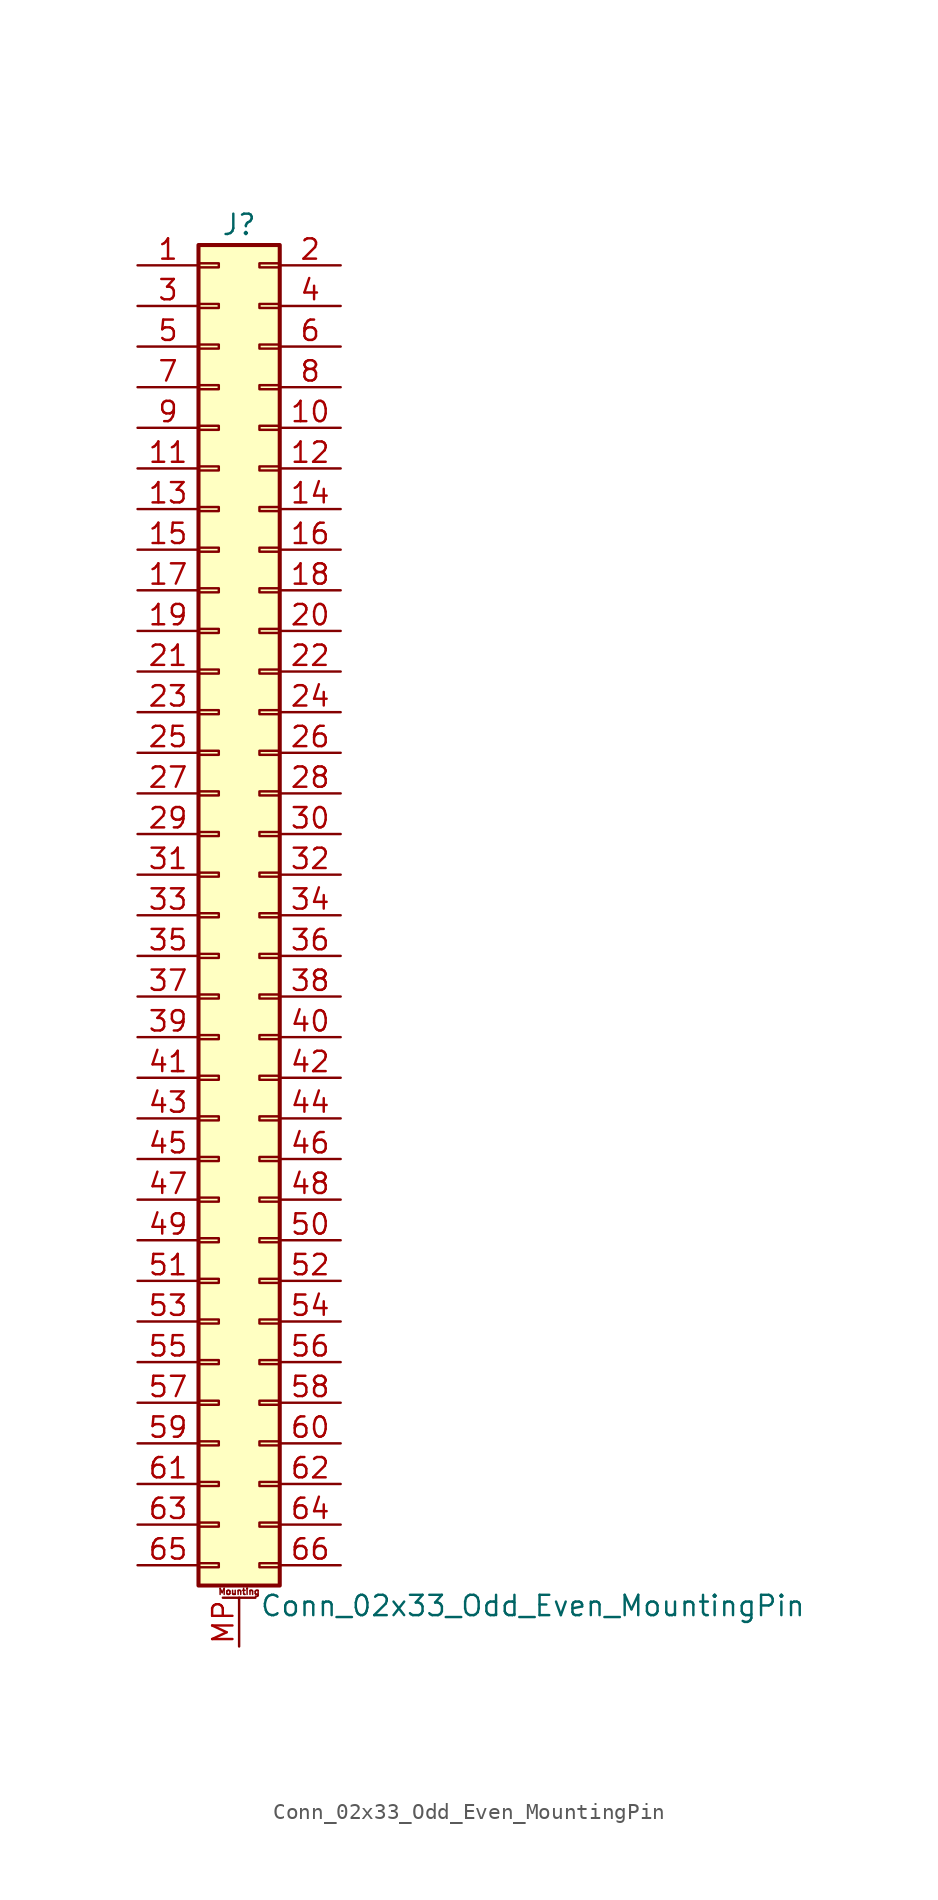
<source format=kicad_sym>
(kicad_symbol_lib
  (version 20220914)
  (generator kicad_symbol_editor)
  (symbol "Conn_02x33_Odd_Even_MountingPin"
    (pin_names
      (offset 1.016) hide)
    (property "Reference" "J"
      (at 1.27 43.18 0)
      (effects (font (size 1.27 1.27))))
    (property "Value" "Conn_02x33_Odd_Even_MountingPin"
      (at 2.54 -43.18 0)
      (effects (font (size 1.27 1.27)) (justify left)))
    (symbol "Conn_02x33_Odd_Even_MountingPin_1_1"
      (rectangle (start -1.27 -40.513) (end 0 -40.767) (stroke (width 0.152) (type default)) (fill (type none)))
      (rectangle (start -1.27 -37.973) (end 0 -38.227) (stroke (width 0.152) (type default)) (fill (type none)))
      (rectangle (start -1.27 -35.433) (end 0 -35.687) (stroke (width 0.152) (type default)) (fill (type none)))
      (rectangle (start -1.27 -32.893) (end 0 -33.147) (stroke (width 0.152) (type default)) (fill (type none)))
      (rectangle (start -1.27 -30.353) (end 0 -30.607) (stroke (width 0.152) (type default)) (fill (type none)))
      (rectangle (start -1.27 -27.813) (end 0 -28.067) (stroke (width 0.152) (type default)) (fill (type none)))
      (rectangle (start -1.27 -25.273) (end 0 -25.527) (stroke (width 0.152) (type default)) (fill (type none)))
      (rectangle (start -1.27 -22.733) (end 0 -22.987) (stroke (width 0.152) (type default)) (fill (type none)))
      (rectangle (start -1.27 -20.193) (end 0 -20.447) (stroke (width 0.152) (type default)) (fill (type none)))
      (rectangle (start -1.27 -17.653) (end 0 -17.907) (stroke (width 0.152) (type default)) (fill (type none)))
      (rectangle (start -1.27 -15.113) (end 0 -15.367) (stroke (width 0.152) (type default)) (fill (type none)))
      (rectangle (start -1.27 -12.573) (end 0 -12.827) (stroke (width 0.152) (type default)) (fill (type none)))
      (rectangle (start -1.27 -10.033) (end 0 -10.287) (stroke (width 0.152) (type default)) (fill (type none)))
      (rectangle (start -1.27 -7.493) (end 0 -7.747) (stroke (width 0.152) (type default)) (fill (type none)))
      (rectangle (start -1.27 -4.953) (end 0 -5.207) (stroke (width 0.152) (type default)) (fill (type none)))
      (rectangle (start -1.27 -2.413) (end 0 -2.667) (stroke (width 0.152) (type default)) (fill (type none)))
      (rectangle (start -1.27 0.127) (end 0 -0.127) (stroke (width 0.152) (type default)) (fill (type none)))
      (rectangle (start -1.27 2.667) (end 0 2.413) (stroke (width 0.152) (type default)) (fill (type none)))
      (rectangle (start -1.27 5.207) (end 0 4.953) (stroke (width 0.152) (type default)) (fill (type none)))
      (rectangle (start -1.27 7.747) (end 0 7.493) (stroke (width 0.152) (type default)) (fill (type none)))
      (rectangle (start -1.27 10.287) (end 0 10.033) (stroke (width 0.152) (type default)) (fill (type none)))
      (rectangle (start -1.27 12.827) (end 0 12.573) (stroke (width 0.152) (type default)) (fill (type none)))
      (rectangle (start -1.27 15.367) (end 0 15.113) (stroke (width 0.152) (type default)) (fill (type none)))
      (rectangle (start -1.27 17.907) (end 0 17.653) (stroke (width 0.152) (type default)) (fill (type none)))
      (rectangle (start -1.27 20.447) (end 0 20.193) (stroke (width 0.152) (type default)) (fill (type none)))
      (rectangle (start -1.27 22.987) (end 0 22.733) (stroke (width 0.152) (type default)) (fill (type none)))
      (rectangle (start -1.27 25.527) (end 0 25.273) (stroke (width 0.152) (type default)) (fill (type none)))
      (rectangle (start -1.27 28.067) (end 0 27.813) (stroke (width 0.152) (type default)) (fill (type none)))
      (rectangle (start -1.27 30.607) (end 0 30.353) (stroke (width 0.152) (type default)) (fill (type none)))
      (rectangle (start -1.27 33.147) (end 0 32.893) (stroke (width 0.152) (type default)) (fill (type none)))
      (rectangle (start -1.27 35.687) (end 0 35.433) (stroke (width 0.152) (type default)) (fill (type none)))
      (rectangle (start -1.27 38.227) (end 0 37.973) (stroke (width 0.152) (type default)) (fill (type none)))
      (rectangle (start -1.27 40.767) (end 0 40.513) (stroke (width 0.152) (type default)) (fill (type none)))
      (rectangle (start -1.27 41.91) (end 3.81 -41.91) (stroke (width 0.254) (type default)) (fill (type background)))
      (polyline (pts (xy 0.254 -42.672) (xy 2.286 -42.672)) (stroke (width 0.152) (type default)) (fill (type none)))
      (rectangle (start 3.81 -40.513) (end 2.54 -40.767) (stroke (width 0.152) (type default)) (fill (type none)))
      (rectangle (start 3.81 -37.973) (end 2.54 -38.227) (stroke (width 0.152) (type default)) (fill (type none)))
      (rectangle (start 3.81 -35.433) (end 2.54 -35.687) (stroke (width 0.152) (type default)) (fill (type none)))
      (rectangle (start 3.81 -32.893) (end 2.54 -33.147) (stroke (width 0.152) (type default)) (fill (type none)))
      (rectangle (start 3.81 -30.353) (end 2.54 -30.607) (stroke (width 0.152) (type default)) (fill (type none)))
      (rectangle (start 3.81 -27.813) (end 2.54 -28.067) (stroke (width 0.152) (type default)) (fill (type none)))
      (rectangle (start 3.81 -25.273) (end 2.54 -25.527) (stroke (width 0.152) (type default)) (fill (type none)))
      (rectangle (start 3.81 -22.733) (end 2.54 -22.987) (stroke (width 0.152) (type default)) (fill (type none)))
      (rectangle (start 3.81 -20.193) (end 2.54 -20.447) (stroke (width 0.152) (type default)) (fill (type none)))
      (rectangle (start 3.81 -17.653) (end 2.54 -17.907) (stroke (width 0.152) (type default)) (fill (type none)))
      (rectangle (start 3.81 -15.113) (end 2.54 -15.367) (stroke (width 0.152) (type default)) (fill (type none)))
      (rectangle (start 3.81 -12.573) (end 2.54 -12.827) (stroke (width 0.152) (type default)) (fill (type none)))
      (rectangle (start 3.81 -10.033) (end 2.54 -10.287) (stroke (width 0.152) (type default)) (fill (type none)))
      (rectangle (start 3.81 -7.493) (end 2.54 -7.747) (stroke (width 0.152) (type default)) (fill (type none)))
      (rectangle (start 3.81 -4.953) (end 2.54 -5.207) (stroke (width 0.152) (type default)) (fill (type none)))
      (rectangle (start 3.81 -2.413) (end 2.54 -2.667) (stroke (width 0.152) (type default)) (fill (type none)))
      (rectangle (start 3.81 0.127) (end 2.54 -0.127) (stroke (width 0.152) (type default)) (fill (type none)))
      (rectangle (start 3.81 2.667) (end 2.54 2.413) (stroke (width 0.152) (type default)) (fill (type none)))
      (rectangle (start 3.81 5.207) (end 2.54 4.953) (stroke (width 0.152) (type default)) (fill (type none)))
      (rectangle (start 3.81 7.747) (end 2.54 7.493) (stroke (width 0.152) (type default)) (fill (type none)))
      (rectangle (start 3.81 10.287) (end 2.54 10.033) (stroke (width 0.152) (type default)) (fill (type none)))
      (rectangle (start 3.81 12.827) (end 2.54 12.573) (stroke (width 0.152) (type default)) (fill (type none)))
      (rectangle (start 3.81 15.367) (end 2.54 15.113) (stroke (width 0.152) (type default)) (fill (type none)))
      (rectangle (start 3.81 17.907) (end 2.54 17.653) (stroke (width 0.152) (type default)) (fill (type none)))
      (rectangle (start 3.81 20.447) (end 2.54 20.193) (stroke (width 0.152) (type default)) (fill (type none)))
      (rectangle (start 3.81 22.987) (end 2.54 22.733) (stroke (width 0.152) (type default)) (fill (type none)))
      (rectangle (start 3.81 25.527) (end 2.54 25.273) (stroke (width 0.152) (type default)) (fill (type none)))
      (rectangle (start 3.81 28.067) (end 2.54 27.813) (stroke (width 0.152) (type default)) (fill (type none)))
      (rectangle (start 3.81 30.607) (end 2.54 30.353) (stroke (width 0.152) (type default)) (fill (type none)))
      (rectangle (start 3.81 33.147) (end 2.54 32.893) (stroke (width 0.152) (type default)) (fill (type none)))
      (rectangle (start 3.81 35.687) (end 2.54 35.433) (stroke (width 0.152) (type default)) (fill (type none)))
      (rectangle (start 3.81 38.227) (end 2.54 37.973) (stroke (width 0.152) (type default)) (fill (type none)))
      (rectangle (start 3.81 40.767) (end 2.54 40.513) (stroke (width 0.152) (type default)) (fill (type none)))
      (text "Mounting" (at 1.27 -42.291 0) (effects (font (size 0.381 0.381))))
      (pin passive line (at -5.08 40.64 0) (length 3.81) (name "Pin_1" (effects (font (size 1.27 1.27)))) (number "1" (effects (font (size 1.27 1.27)))))
      (pin passive line (at 7.62 30.48 180) (length 3.81) (name "Pin_10" (effects (font (size 1.27 1.27)))) (number "10" (effects (font (size 1.27 1.27)))))
      (pin passive line (at -5.08 27.94 0) (length 3.81) (name "Pin_11" (effects (font (size 1.27 1.27)))) (number "11" (effects (font (size 1.27 1.27)))))
      (pin passive line (at 7.62 27.94 180) (length 3.81) (name "Pin_12" (effects (font (size 1.27 1.27)))) (number "12" (effects (font (size 1.27 1.27)))))
      (pin passive line (at -5.08 25.4 0) (length 3.81) (name "Pin_13" (effects (font (size 1.27 1.27)))) (number "13" (effects (font (size 1.27 1.27)))))
      (pin passive line (at 7.62 25.4 180) (length 3.81) (name "Pin_14" (effects (font (size 1.27 1.27)))) (number "14" (effects (font (size 1.27 1.27)))))
      (pin passive line (at -5.08 22.86 0) (length 3.81) (name "Pin_15" (effects (font (size 1.27 1.27)))) (number "15" (effects (font (size 1.27 1.27)))))
      (pin passive line (at 7.62 22.86 180) (length 3.81) (name "Pin_16" (effects (font (size 1.27 1.27)))) (number "16" (effects (font (size 1.27 1.27)))))
      (pin passive line (at -5.08 20.32 0) (length 3.81) (name "Pin_17" (effects (font (size 1.27 1.27)))) (number "17" (effects (font (size 1.27 1.27)))))
      (pin passive line (at 7.62 20.32 180) (length 3.81) (name "Pin_18" (effects (font (size 1.27 1.27)))) (number "18" (effects (font (size 1.27 1.27)))))
      (pin passive line (at -5.08 17.78 0) (length 3.81) (name "Pin_19" (effects (font (size 1.27 1.27)))) (number "19" (effects (font (size 1.27 1.27)))))
      (pin passive line (at 7.62 40.64 180) (length 3.81) (name "Pin_2" (effects (font (size 1.27 1.27)))) (number "2" (effects (font (size 1.27 1.27)))))
      (pin passive line (at 7.62 17.78 180) (length 3.81) (name "Pin_20" (effects (font (size 1.27 1.27)))) (number "20" (effects (font (size 1.27 1.27)))))
      (pin passive line (at -5.08 15.24 0) (length 3.81) (name "Pin_21" (effects (font (size 1.27 1.27)))) (number "21" (effects (font (size 1.27 1.27)))))
      (pin passive line (at 7.62 15.24 180) (length 3.81) (name "Pin_22" (effects (font (size 1.27 1.27)))) (number "22" (effects (font (size 1.27 1.27)))))
      (pin passive line (at -5.08 12.7 0) (length 3.81) (name "Pin_23" (effects (font (size 1.27 1.27)))) (number "23" (effects (font (size 1.27 1.27)))))
      (pin passive line (at 7.62 12.7 180) (length 3.81) (name "Pin_24" (effects (font (size 1.27 1.27)))) (number "24" (effects (font (size 1.27 1.27)))))
      (pin passive line (at -5.08 10.16 0) (length 3.81) (name "Pin_25" (effects (font (size 1.27 1.27)))) (number "25" (effects (font (size 1.27 1.27)))))
      (pin passive line (at 7.62 10.16 180) (length 3.81) (name "Pin_26" (effects (font (size 1.27 1.27)))) (number "26" (effects (font (size 1.27 1.27)))))
      (pin passive line (at -5.08 7.62 0) (length 3.81) (name "Pin_27" (effects (font (size 1.27 1.27)))) (number "27" (effects (font (size 1.27 1.27)))))
      (pin passive line (at 7.62 7.62 180) (length 3.81) (name "Pin_28" (effects (font (size 1.27 1.27)))) (number "28" (effects (font (size 1.27 1.27)))))
      (pin passive line (at -5.08 5.08 0) (length 3.81) (name "Pin_29" (effects (font (size 1.27 1.27)))) (number "29" (effects (font (size 1.27 1.27)))))
      (pin passive line (at -5.08 38.1 0) (length 3.81) (name "Pin_3" (effects (font (size 1.27 1.27)))) (number "3" (effects (font (size 1.27 1.27)))))
      (pin passive line (at 7.62 5.08 180) (length 3.81) (name "Pin_30" (effects (font (size 1.27 1.27)))) (number "30" (effects (font (size 1.27 1.27)))))
      (pin passive line (at -5.08 2.54 0) (length 3.81) (name "Pin_31" (effects (font (size 1.27 1.27)))) (number "31" (effects (font (size 1.27 1.27)))))
      (pin passive line (at 7.62 2.54 180) (length 3.81) (name "Pin_32" (effects (font (size 1.27 1.27)))) (number "32" (effects (font (size 1.27 1.27)))))
      (pin passive line (at -5.08 0 0) (length 3.81) (name "Pin_33" (effects (font (size 1.27 1.27)))) (number "33" (effects (font (size 1.27 1.27)))))
      (pin passive line (at 7.62 0 180) (length 3.81) (name "Pin_34" (effects (font (size 1.27 1.27)))) (number "34" (effects (font (size 1.27 1.27)))))
      (pin passive line (at -5.08 -2.54 0) (length 3.81) (name "Pin_35" (effects (font (size 1.27 1.27)))) (number "35" (effects (font (size 1.27 1.27)))))
      (pin passive line (at 7.62 -2.54 180) (length 3.81) (name "Pin_36" (effects (font (size 1.27 1.27)))) (number "36" (effects (font (size 1.27 1.27)))))
      (pin passive line (at -5.08 -5.08 0) (length 3.81) (name "Pin_37" (effects (font (size 1.27 1.27)))) (number "37" (effects (font (size 1.27 1.27)))))
      (pin passive line (at 7.62 -5.08 180) (length 3.81) (name "Pin_38" (effects (font (size 1.27 1.27)))) (number "38" (effects (font (size 1.27 1.27)))))
      (pin passive line (at -5.08 -7.62 0) (length 3.81) (name "Pin_39" (effects (font (size 1.27 1.27)))) (number "39" (effects (font (size 1.27 1.27)))))
      (pin passive line (at 7.62 38.1 180) (length 3.81) (name "Pin_4" (effects (font (size 1.27 1.27)))) (number "4" (effects (font (size 1.27 1.27)))))
      (pin passive line (at 7.62 -7.62 180) (length 3.81) (name "Pin_40" (effects (font (size 1.27 1.27)))) (number "40" (effects (font (size 1.27 1.27)))))
      (pin passive line (at -5.08 -10.16 0) (length 3.81) (name "Pin_41" (effects (font (size 1.27 1.27)))) (number "41" (effects (font (size 1.27 1.27)))))
      (pin passive line (at 7.62 -10.16 180) (length 3.81) (name "Pin_42" (effects (font (size 1.27 1.27)))) (number "42" (effects (font (size 1.27 1.27)))))
      (pin passive line (at -5.08 -12.7 0) (length 3.81) (name "Pin_43" (effects (font (size 1.27 1.27)))) (number "43" (effects (font (size 1.27 1.27)))))
      (pin passive line (at 7.62 -12.7 180) (length 3.81) (name "Pin_44" (effects (font (size 1.27 1.27)))) (number "44" (effects (font (size 1.27 1.27)))))
      (pin passive line (at -5.08 -15.24 0) (length 3.81) (name "Pin_45" (effects (font (size 1.27 1.27)))) (number "45" (effects (font (size 1.27 1.27)))))
      (pin passive line (at 7.62 -15.24 180) (length 3.81) (name "Pin_46" (effects (font (size 1.27 1.27)))) (number "46" (effects (font (size 1.27 1.27)))))
      (pin passive line (at -5.08 -17.78 0) (length 3.81) (name "Pin_47" (effects (font (size 1.27 1.27)))) (number "47" (effects (font (size 1.27 1.27)))))
      (pin passive line (at 7.62 -17.78 180) (length 3.81) (name "Pin_48" (effects (font (size 1.27 1.27)))) (number "48" (effects (font (size 1.27 1.27)))))
      (pin passive line (at -5.08 -20.32 0) (length 3.81) (name "Pin_49" (effects (font (size 1.27 1.27)))) (number "49" (effects (font (size 1.27 1.27)))))
      (pin passive line (at -5.08 35.56 0) (length 3.81) (name "Pin_5" (effects (font (size 1.27 1.27)))) (number "5" (effects (font (size 1.27 1.27)))))
      (pin passive line (at 7.62 -20.32 180) (length 3.81) (name "Pin_50" (effects (font (size 1.27 1.27)))) (number "50" (effects (font (size 1.27 1.27)))))
      (pin passive line (at -5.08 -22.86 0) (length 3.81) (name "Pin_51" (effects (font (size 1.27 1.27)))) (number "51" (effects (font (size 1.27 1.27)))))
      (pin passive line (at 7.62 -22.86 180) (length 3.81) (name "Pin_52" (effects (font (size 1.27 1.27)))) (number "52" (effects (font (size 1.27 1.27)))))
      (pin passive line (at -5.08 -25.4 0) (length 3.81) (name "Pin_53" (effects (font (size 1.27 1.27)))) (number "53" (effects (font (size 1.27 1.27)))))
      (pin passive line (at 7.62 -25.4 180) (length 3.81) (name "Pin_54" (effects (font (size 1.27 1.27)))) (number "54" (effects (font (size 1.27 1.27)))))
      (pin passive line (at -5.08 -27.94 0) (length 3.81) (name "Pin_55" (effects (font (size 1.27 1.27)))) (number "55" (effects (font (size 1.27 1.27)))))
      (pin passive line (at 7.62 -27.94 180) (length 3.81) (name "Pin_56" (effects (font (size 1.27 1.27)))) (number "56" (effects (font (size 1.27 1.27)))))
      (pin passive line (at -5.08 -30.48 0) (length 3.81) (name "Pin_57" (effects (font (size 1.27 1.27)))) (number "57" (effects (font (size 1.27 1.27)))))
      (pin passive line (at 7.62 -30.48 180) (length 3.81) (name "Pin_58" (effects (font (size 1.27 1.27)))) (number "58" (effects (font (size 1.27 1.27)))))
      (pin passive line (at -5.08 -33.02 0) (length 3.81) (name "Pin_59" (effects (font (size 1.27 1.27)))) (number "59" (effects (font (size 1.27 1.27)))))
      (pin passive line (at 7.62 35.56 180) (length 3.81) (name "Pin_6" (effects (font (size 1.27 1.27)))) (number "6" (effects (font (size 1.27 1.27)))))
      (pin passive line (at 7.62 -33.02 180) (length 3.81) (name "Pin_60" (effects (font (size 1.27 1.27)))) (number "60" (effects (font (size 1.27 1.27)))))
      (pin passive line (at -5.08 -35.56 0) (length 3.81) (name "Pin_61" (effects (font (size 1.27 1.27)))) (number "61" (effects (font (size 1.27 1.27)))))
      (pin passive line (at 7.62 -35.56 180) (length 3.81) (name "Pin_62" (effects (font (size 1.27 1.27)))) (number "62" (effects (font (size 1.27 1.27)))))
      (pin passive line (at -5.08 -38.1 0) (length 3.81) (name "Pin_63" (effects (font (size 1.27 1.27)))) (number "63" (effects (font (size 1.27 1.27)))))
      (pin passive line (at 7.62 -38.1 180) (length 3.81) (name "Pin_64" (effects (font (size 1.27 1.27)))) (number "64" (effects (font (size 1.27 1.27)))))
      (pin passive line (at -5.08 -40.64 0) (length 3.81) (name "Pin_65" (effects (font (size 1.27 1.27)))) (number "65" (effects (font (size 1.27 1.27)))))
      (pin passive line (at 7.62 -40.64 180) (length 3.81) (name "Pin_66" (effects (font (size 1.27 1.27)))) (number "66" (effects (font (size 1.27 1.27)))))
      (pin passive line (at -5.08 33.02 0) (length 3.81) (name "Pin_7" (effects (font (size 1.27 1.27)))) (number "7" (effects (font (size 1.27 1.27)))))
      (pin passive line (at 7.62 33.02 180) (length 3.81) (name "Pin_8" (effects (font (size 1.27 1.27)))) (number "8" (effects (font (size 1.27 1.27)))))
      (pin passive line (at -5.08 30.48 0) (length 3.81) (name "Pin_9" (effects (font (size 1.27 1.27)))) (number "9" (effects (font (size 1.27 1.27)))))
      (pin passive line (at 1.27 -45.72 90) (length 3.048) (name "MountPin" (effects (font (size 1.27 1.27)))) (number "MP" (effects (font (size 1.27 1.27))))))))
</source>
